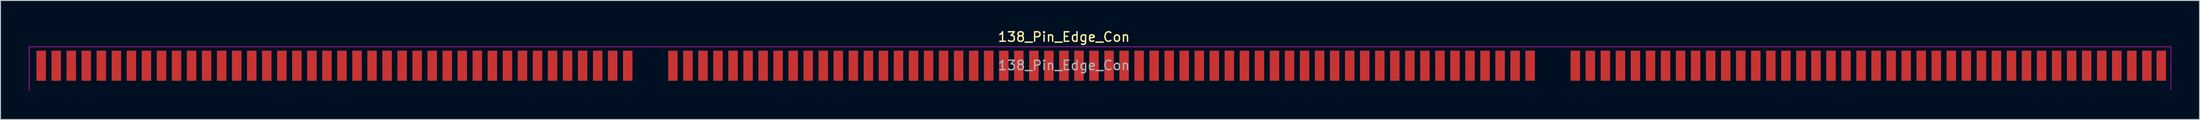
<source format=kicad_pcb>
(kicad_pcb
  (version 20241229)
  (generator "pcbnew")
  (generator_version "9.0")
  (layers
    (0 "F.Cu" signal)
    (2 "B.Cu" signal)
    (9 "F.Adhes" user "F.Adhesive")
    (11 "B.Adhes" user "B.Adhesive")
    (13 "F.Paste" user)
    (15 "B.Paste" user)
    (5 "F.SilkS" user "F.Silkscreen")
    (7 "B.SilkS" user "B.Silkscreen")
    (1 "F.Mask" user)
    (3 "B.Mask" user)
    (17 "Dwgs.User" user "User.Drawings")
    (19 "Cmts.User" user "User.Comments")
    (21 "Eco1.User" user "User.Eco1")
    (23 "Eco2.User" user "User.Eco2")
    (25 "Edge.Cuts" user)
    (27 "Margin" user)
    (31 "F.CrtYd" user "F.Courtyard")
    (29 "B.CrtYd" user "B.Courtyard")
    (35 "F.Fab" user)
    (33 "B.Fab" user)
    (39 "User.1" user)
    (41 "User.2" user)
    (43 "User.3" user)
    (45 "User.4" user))
  (footprint "138_Pin_Edge_Con"
    (layer "F.Cu")
    (at 109.245 1.348)
    (property "Reference" "138_Pin_Edge_Con" (at 0 -0.5 0) (unlocked yes) (layer "F.SilkS") (effects (font (size 1 1) (thickness 0.15))))
    (attr smd exclude_from_bom)
    (fp_line (start -109.22 0.54) (end -109.22 5.19) (stroke (width 0.05) (type solid)) (layer "F.CrtYd"))
    (fp_line (start -109.22 0.54) (end 116.84 0.54) (stroke (width 0.05) (type solid)) (layer "F.CrtYd"))
    (fp_line (start 116.84 0.54) (end 116.84 2.54) (stroke (width 0.05) (type solid)) (layer "F.CrtYd"))
    (fp_line (start 116.84 2.54) (end 116.84 5.08) (stroke (width 0.05) (type solid)) (layer "F.CrtYd"))
    (fp_text user "${REFERENCE}" (at 0 2.5 0) (unlocked yes) (layer "F.Fab") (effects (font (size 1 1) (thickness 0.15))))
    (pad "101" smd rect (at 114.3 2.54) (size 1 3.175) (layers "F.Cu" "F.Mask" "F.Paste"))
    (pad "102" smd rect (at 111.125 2.54) (size 1 3.175) (layers "F.Cu" "F.Mask" "F.Paste"))
    (pad "103" smd rect (at 107.95 2.54) (size 1 3.175) (layers "F.Cu" "F.Mask" "F.Paste"))
    (pad "104" smd rect (at 104.775 2.54) (size 1 3.175) (layers "F.Cu" "F.Mask" "F.Paste"))
    (pad "105" smd rect (at 101.6 2.54) (size 1 3.175) (layers "F.Cu" "F.Mask" "F.Paste"))
    (pad "106" smd rect (at 98.425 2.54) (size 1 3.175) (layers "F.Cu" "F.Mask" "F.Paste"))
    (pad "107" smd rect (at 95.25 2.54) (size 1 3.175) (layers "F.Cu" "F.Mask" "F.Paste"))
    (pad "108" smd rect (at 92.075 2.54) (size 1 3.175) (layers "F.Cu" "F.Mask" "F.Paste"))
    (pad "109" smd rect (at 88.9 2.54) (size 1 3.175) (layers "F.Cu" "F.Mask" "F.Paste"))
    (pad "110" smd rect (at 85.725 2.54) (size 1 3.175) (layers "F.Cu" "F.Mask" "F.Paste"))
    (pad "111" smd rect (at 82.55 2.54) (size 1 3.175) (layers "F.Cu" "F.Mask" "F.Paste"))
    (pad "112" smd rect (at 79.375 2.54) (size 1 3.175) (layers "F.Cu" "F.Mask" "F.Paste"))
    (pad "113" smd rect (at 76.2 2.54) (size 1 3.175) (layers "F.Cu" "F.Mask" "F.Paste"))
    (pad "114" smd rect (at 73.025 2.54) (size 1 3.175) (layers "F.Cu" "F.Mask" "F.Paste"))
    (pad "115" smd rect (at 69.85 2.54) (size 1 3.175) (layers "F.Cu" "F.Mask" "F.Paste"))
    (pad "116" smd rect (at 66.675 2.54) (size 1 3.175) (layers "F.Cu" "F.Mask" "F.Paste"))
    (pad "117" smd rect (at 63.5 2.54) (size 1 3.175) (layers "F.Cu" "F.Mask" "F.Paste"))
    (pad "118" smd rect (at 60.325 2.54) (size 1 3.175) (layers "F.Cu" "F.Mask" "F.Paste"))
    (pad "119" smd rect (at 57.15 2.54) (size 1 3.175) (layers "F.Cu" "F.Mask" "F.Paste"))
    (pad "120" smd rect (at 53.975 2.54) (size 1 3.175) (layers "F.Cu" "F.Mask" "F.Paste"))
    (pad "122" smd rect (at 47.625 2.54) (size 1 3.175) (layers "F.Cu" "F.Mask" "F.Paste"))
    (pad "123" smd rect (at 44.45 2.54) (size 1 3.175) (layers "F.Cu" "F.Mask" "F.Paste"))
    (pad "124" smd rect (at 41.275 2.54) (size 1 3.175) (layers "F.Cu" "F.Mask" "F.Paste"))
    (pad "125" smd rect (at 38.1 2.54) (size 1 3.175) (layers "F.Cu" "F.Mask" "F.Paste"))
    (pad "126" smd rect (at 34.925 2.54) (size 1 3.175) (layers "F.Cu" "F.Mask" "F.Paste"))
    (pad "127" smd rect (at 31.75 2.54) (size 1 3.175) (layers "F.Cu" "F.Mask" "F.Paste"))
    (pad "128" smd rect (at 28.575 2.54) (size 1 3.175) (layers "F.Cu" "F.Mask" "F.Paste"))
    (pad "129" smd rect (at 25.4 2.54) (size 1 3.175) (layers "F.Cu" "F.Mask" "F.Paste"))
    (pad "130" smd rect (at 22.225 2.54) (size 1 3.175) (layers "F.Cu" "F.Mask" "F.Paste"))
    (pad "131" smd rect (at 19.05 2.54) (size 1 3.175) (layers "F.Cu" "F.Mask" "F.Paste"))
    (pad "132" smd rect (at 15.875 2.54) (size 1 3.175) (layers "F.Cu" "F.Mask" "F.Paste"))
    (pad "133" smd rect (at 12.7 2.54) (size 1 3.175) (layers "F.Cu" "F.Mask" "F.Paste"))
    (pad "134" smd rect (at 9.525 2.54) (size 1 3.175) (layers "F.Cu" "F.Mask" "F.Paste"))
    (pad "135" smd rect (at 6.35 2.54) (size 1 3.175) (layers "F.Cu" "F.Mask" "F.Paste"))
    (pad "136" smd rect (at 3.175 2.54) (size 1 3.175) (layers "F.Cu" "F.Mask" "F.Paste"))
    (pad "137" smd rect (at 0 2.54) (size 1 3.175) (layers "F.Cu" "F.Mask" "F.Paste"))
    (pad "138" smd rect (at -3.175 2.54) (size 1 3.175) (layers "F.Cu" "F.Mask" "F.Paste"))
    (pad "139" smd rect (at -6.35 2.54) (size 1 3.175) (layers "F.Cu" "F.Mask" "F.Paste"))
    (pad "140" smd rect (at -9.525 2.54) (size 1 3.175) (layers "F.Cu" "F.Mask" "F.Paste"))
    (pad "141" smd rect (at -12.7 2.54) (size 1 3.175) (layers "F.Cu" "F.Mask" "F.Paste"))
    (pad "142" smd rect (at -15.875 2.54) (size 1 3.175) (layers "F.Cu" "F.Mask" "F.Paste"))
    (pad "143" smd rect (at -19.05 2.54) (size 1 3.175) (layers "F.Cu" "F.Mask" "F.Paste"))
    (pad "144" smd rect (at -22.225 2.54) (size 1 3.175) (layers "F.Cu" "F.Mask" "F.Paste"))
    (pad "145" smd rect (at -25.4 2.54) (size 1 3.175) (layers "F.Cu" "F.Mask" "F.Paste"))
    (pad "146" smd rect (at -28.575 2.54) (size 1 3.175) (layers "F.Cu" "F.Mask" "F.Paste"))
    (pad "147" smd rect (at -31.75 2.54) (size 1 3.175) (layers "F.Cu" "F.Mask" "F.Paste"))
    (pad "148" smd rect (at -34.925 2.54) (size 1 3.175) (layers "F.Cu" "F.Mask" "F.Paste"))
    (pad "149" smd rect (at -38.1 2.54) (size 1 3.175) (layers "F.Cu" "F.Mask" "F.Paste"))
    (pad "150" smd rect (at -41.275 2.54) (size 1 3.175) (layers "F.Cu" "F.Mask" "F.Paste"))
    (pad "152" smd rect (at -47.625 2.54) (size 1 3.175) (layers "F.Cu" "F.Mask" "F.Paste"))
    (pad "153" smd rect (at -50.8 2.54) (size 1 3.175) (layers "F.Cu" "F.Mask" "F.Paste"))
    (pad "154" smd rect (at -53.975 2.54) (size 1 3.175) (layers "F.Cu" "F.Mask" "F.Paste"))
    (pad "155" smd rect (at -57.15 2.54) (size 1 3.175) (layers "F.Cu" "F.Mask" "F.Paste"))
    (pad "156" smd rect (at -60.325 2.54) (size 1 3.175) (layers "F.Cu" "F.Mask" "F.Paste"))
    (pad "157" smd rect (at -63.5 2.54) (size 1 3.175) (layers "F.Cu" "F.Mask" "F.Paste"))
    (pad "158" smd rect (at -66.675 2.54) (size 1 3.175) (layers "F.Cu" "F.Mask" "F.Paste"))
    (pad "159" smd rect (at -69.85 2.54) (size 1 3.175) (layers "F.Cu" "F.Mask" "F.Paste"))
    (pad "160" smd rect (at -73.025 2.54) (size 1 3.175) (layers "F.Cu" "F.Mask" "F.Paste"))
    (pad "161" smd rect (at -76.2 2.54) (size 1 3.175) (layers "F.Cu" "F.Mask" "F.Paste"))
    (pad "162" smd rect (at -79.375 2.54) (size 1 3.175) (layers "F.Cu" "F.Mask" "F.Paste"))
    (pad "163" smd rect (at -82.55 2.54) (size 1 3.175) (layers "F.Cu" "F.Mask" "F.Paste"))
    (pad "164" smd rect (at -85.725 2.54) (size 1 3.175) (layers "F.Cu" "F.Mask" "F.Paste"))
    (pad "165" smd rect (at -88.9 2.54) (size 1 3.175) (layers "F.Cu" "F.Mask" "F.Paste"))
    (pad "166" smd rect (at -92.075 2.54) (size 1 3.175) (layers "F.Cu" "F.Mask" "F.Paste"))
    (pad "167" smd rect (at -95.25 2.54) (size 1 3.175) (layers "F.Cu" "F.Mask" "F.Paste"))
    (pad "168" smd rect (at -98.425 2.54) (size 1 3.175) (layers "F.Cu" "F.Mask" "F.Paste"))
    (pad "169" smd rect (at -101.6 2.54) (size 1 3.175) (layers "F.Cu" "F.Mask" "F.Paste"))
    (pad "170" smd rect (at -104.775 2.54) (size 1 3.175) (layers "F.Cu" "F.Mask" "F.Paste"))
    (pad "171" smd rect (at -107.95 2.54) (size 1 3.175) (layers "F.Cu" "F.Mask" "F.Paste"))
    (pad "201" smd rect (at 115.824 2.54) (size 1 3.175) (layers "F.Cu" "F.Mask" "F.Paste"))
    (pad "202" smd rect (at 112.713 2.54) (size 1 3.175) (layers "F.Cu" "F.Mask" "F.Paste"))
    (pad "203" smd rect (at 109.537 2.54) (size 1 3.175) (layers "F.Cu" "F.Mask" "F.Paste"))
    (pad "204" smd rect (at 106.362 2.54) (size 1 3.175) (layers "F.Cu" "F.Mask" "F.Paste"))
    (pad "205" smd rect (at 103.188 2.54) (size 1 3.175) (layers "F.Cu" "F.Mask" "F.Paste"))
    (pad "206" smd rect (at 100.013 2.54) (size 1 3.175) (layers "F.Cu" "F.Mask" "F.Paste"))
    (pad "207" smd rect (at 96.838 2.54) (size 1 3.175) (layers "F.Cu" "F.Mask" "F.Paste"))
    (pad "208" smd rect (at 93.662 2.54) (size 1 3.175) (layers "F.Cu" "F.Mask" "F.Paste"))
    (pad "209" smd rect (at 90.487 2.54) (size 1 3.175) (layers "F.Cu" "F.Mask" "F.Paste"))
    (pad "210" smd rect (at 87.312 2.54) (size 1 3.175) (layers "F.Cu" "F.Mask" "F.Paste"))
    (pad "211" smd rect (at 84.138 2.54) (size 1 3.175) (layers "F.Cu" "F.Mask" "F.Paste"))
    (pad "212" smd rect (at 80.963 2.54) (size 1 3.175) (layers "F.Cu" "F.Mask" "F.Paste"))
    (pad "213" smd rect (at 77.787 2.54) (size 1 3.175) (layers "F.Cu" "F.Mask" "F.Paste"))
    (pad "214" smd rect (at 74.612 2.54) (size 1 3.175) (layers "F.Cu" "F.Mask" "F.Paste"))
    (pad "215" smd rect (at 71.438 2.54) (size 1 3.175) (layers "F.Cu" "F.Mask" "F.Paste"))
    (pad "216" smd rect (at 68.263 2.54) (size 1 3.175) (layers "F.Cu" "F.Mask" "F.Paste"))
    (pad "217" smd rect (at 65.088 2.54) (size 1 3.175) (layers "F.Cu" "F.Mask" "F.Paste"))
    (pad "218" smd rect (at 61.913 2.54) (size 1 3.175) (layers "F.Cu" "F.Mask" "F.Paste"))
    (pad "219" smd rect (at 58.737 2.54) (size 1 3.175) (layers "F.Cu" "F.Mask" "F.Paste"))
    (pad "220" smd rect (at 55.562 2.54) (size 1 3.175) (layers "F.Cu" "F.Mask" "F.Paste"))
    (pad "222" smd rect (at 49.212 2.54) (size 1 3.175) (layers "F.Cu" "F.Mask" "F.Paste"))
    (pad "223" smd rect (at 46.038 2.54) (size 1 3.175) (layers "F.Cu" "F.Mask" "F.Paste"))
    (pad "224" smd rect (at 42.862 2.54) (size 1 3.175) (layers "F.Cu" "F.Mask" "F.Paste"))
    (pad "225" smd rect (at 39.688 2.54) (size 1 3.175) (layers "F.Cu" "F.Mask" "F.Paste"))
    (pad "226" smd rect (at 36.513 2.54) (size 1 3.175) (layers "F.Cu" "F.Mask" "F.Paste"))
    (pad "227" smd rect (at 33.337 2.54) (size 1 3.175) (layers "F.Cu" "F.Mask" "F.Paste"))
    (pad "228" smd rect (at 30.163 2.54) (size 1 3.175) (layers "F.Cu" "F.Mask" "F.Paste"))
    (pad "229" smd rect (at 26.988 2.54) (size 1 3.175) (layers "F.Cu" "F.Mask" "F.Paste"))
    (pad "230" smd rect (at 23.812 2.54) (size 1 3.175) (layers "F.Cu" "F.Mask" "F.Paste"))
    (pad "231" smd rect (at 20.637 2.54) (size 1 3.175) (layers "F.Cu" "F.Mask" "F.Paste"))
    (pad "232" smd rect (at 17.462 2.54) (size 1 3.175) (layers "F.Cu" "F.Mask" "F.Paste"))
    (pad "233" smd rect (at 14.287 2.54) (size 1 3.175) (layers "F.Cu" "F.Mask" "F.Paste"))
    (pad "234" smd rect (at 11.113 2.54) (size 1 3.175) (layers "F.Cu" "F.Mask" "F.Paste"))
    (pad "235" smd rect (at 7.938 2.54) (size 1 3.175) (layers "F.Cu" "F.Mask" "F.Paste"))
    (pad "236" smd rect (at 4.763 2.54) (size 1 3.175) (layers "F.Cu" "F.Mask" "F.Paste"))
    (pad "237" smd rect (at 1.587 2.54) (size 1 3.175) (layers "F.Cu" "F.Mask" "F.Paste"))
    (pad "238" smd rect (at -1.587 2.54) (size 1 3.175) (layers "F.Cu" "F.Mask" "F.Paste"))
    (pad "239" smd rect (at -4.763 2.54) (size 1 3.175) (layers "F.Cu" "F.Mask" "F.Paste"))
    (pad "240" smd rect (at -7.938 2.54) (size 1 3.175) (layers "F.Cu" "F.Mask" "F.Paste"))
    (pad "241" smd rect (at -11.113 2.54) (size 1 3.175) (layers "F.Cu" "F.Mask" "F.Paste"))
    (pad "242" smd rect (at -14.287 2.54) (size 1 3.175) (layers "F.Cu" "F.Mask" "F.Paste"))
    (pad "243" smd rect (at -17.462 2.54) (size 1 3.175) (layers "F.Cu" "F.Mask" "F.Paste"))
    (pad "244" smd rect (at -20.637 2.54) (size 1 3.175) (layers "F.Cu" "F.Mask" "F.Paste"))
    (pad "245" smd rect (at -23.812 2.54) (size 1 3.175) (layers "F.Cu" "F.Mask" "F.Paste"))
    (pad "246" smd rect (at -26.988 2.54) (size 1 3.175) (layers "F.Cu" "F.Mask" "F.Paste"))
    (pad "247" smd rect (at -30.163 2.54) (size 1 3.175) (layers "F.Cu" "F.Mask" "F.Paste"))
    (pad "248" smd rect (at -33.337 2.54) (size 1 3.175) (layers "F.Cu" "F.Mask" "F.Paste"))
    (pad "249" smd rect (at -36.513 2.54) (size 1 3.175) (layers "F.Cu" "F.Mask" "F.Paste"))
    (pad "250" smd rect (at -39.688 2.54) (size 1 3.175) (layers "F.Cu" "F.Mask" "F.Paste"))
    (pad "252" smd rect (at -46.038 2.54) (size 1 3.175) (layers "F.Cu" "F.Mask" "F.Paste"))
    (pad "253" smd rect (at -49.212 2.54) (size 1 3.175) (layers "F.Cu" "F.Mask" "F.Paste"))
    (pad "254" smd rect (at -52.388 2.54) (size 1 3.175) (layers "F.Cu" "F.Mask" "F.Paste"))
    (pad "255" smd rect (at -55.562 2.54) (size 1 3.175) (layers "F.Cu" "F.Mask" "F.Paste"))
    (pad "256" smd rect (at -58.737 2.54) (size 1 3.175) (layers "F.Cu" "F.Mask" "F.Paste"))
    (pad "257" smd rect (at -61.913 2.54) (size 1 3.175) (layers "F.Cu" "F.Mask" "F.Paste"))
    (pad "258" smd rect (at -65.088 2.54) (size 1 3.175) (layers "F.Cu" "F.Mask" "F.Paste"))
    (pad "259" smd rect (at -68.263 2.54) (size 1 3.175) (layers "F.Cu" "F.Mask" "F.Paste"))
    (pad "260" smd rect (at -71.438 2.54) (size 1 3.175) (layers "F.Cu" "F.Mask" "F.Paste"))
    (pad "261" smd rect (at -74.612 2.54) (size 1 3.175) (layers "F.Cu" "F.Mask" "F.Paste"))
    (pad "262" smd rect (at -77.787 2.54) (size 1 3.175) (layers "F.Cu" "F.Mask" "F.Paste"))
    (pad "263" smd rect (at -80.963 2.54) (size 1 3.175) (layers "F.Cu" "F.Mask" "F.Paste"))
    (pad "264" smd rect (at -84.138 2.54) (size 1 3.175) (layers "F.Cu" "F.Mask" "F.Paste"))
    (pad "265" smd rect (at -87.312 2.54) (size 1 3.175) (layers "F.Cu" "F.Mask" "F.Paste"))
    (pad "266" smd rect (at -90.487 2.54) (size 1 3.175) (layers "F.Cu" "F.Mask" "F.Paste"))
    (pad "267" smd rect (at -93.662 2.54) (size 1 3.175) (layers "F.Cu" "F.Mask" "F.Paste"))
    (pad "268" smd rect (at -96.838 2.54) (size 1 3.175) (layers "F.Cu" "F.Mask" "F.Paste"))
    (pad "269" smd rect (at -100.013 2.54) (size 1 3.175) (layers "F.Cu" "F.Mask" "F.Paste"))
    (pad "270" smd rect (at -103.188 2.54) (size 1 3.175) (layers "F.Cu" "F.Mask" "F.Paste"))
    (pad "271" smd rect (at -106.362 2.54) (size 1 3.175) (layers "F.Cu" "F.Mask" "F.Paste")))
  (gr_rect
    (start -3 -3)
    (end 229.11 9.563)
    (stroke (width 0.1) (type default))
    (fill no)
    (layer "Edge.Cuts")))
</source>
